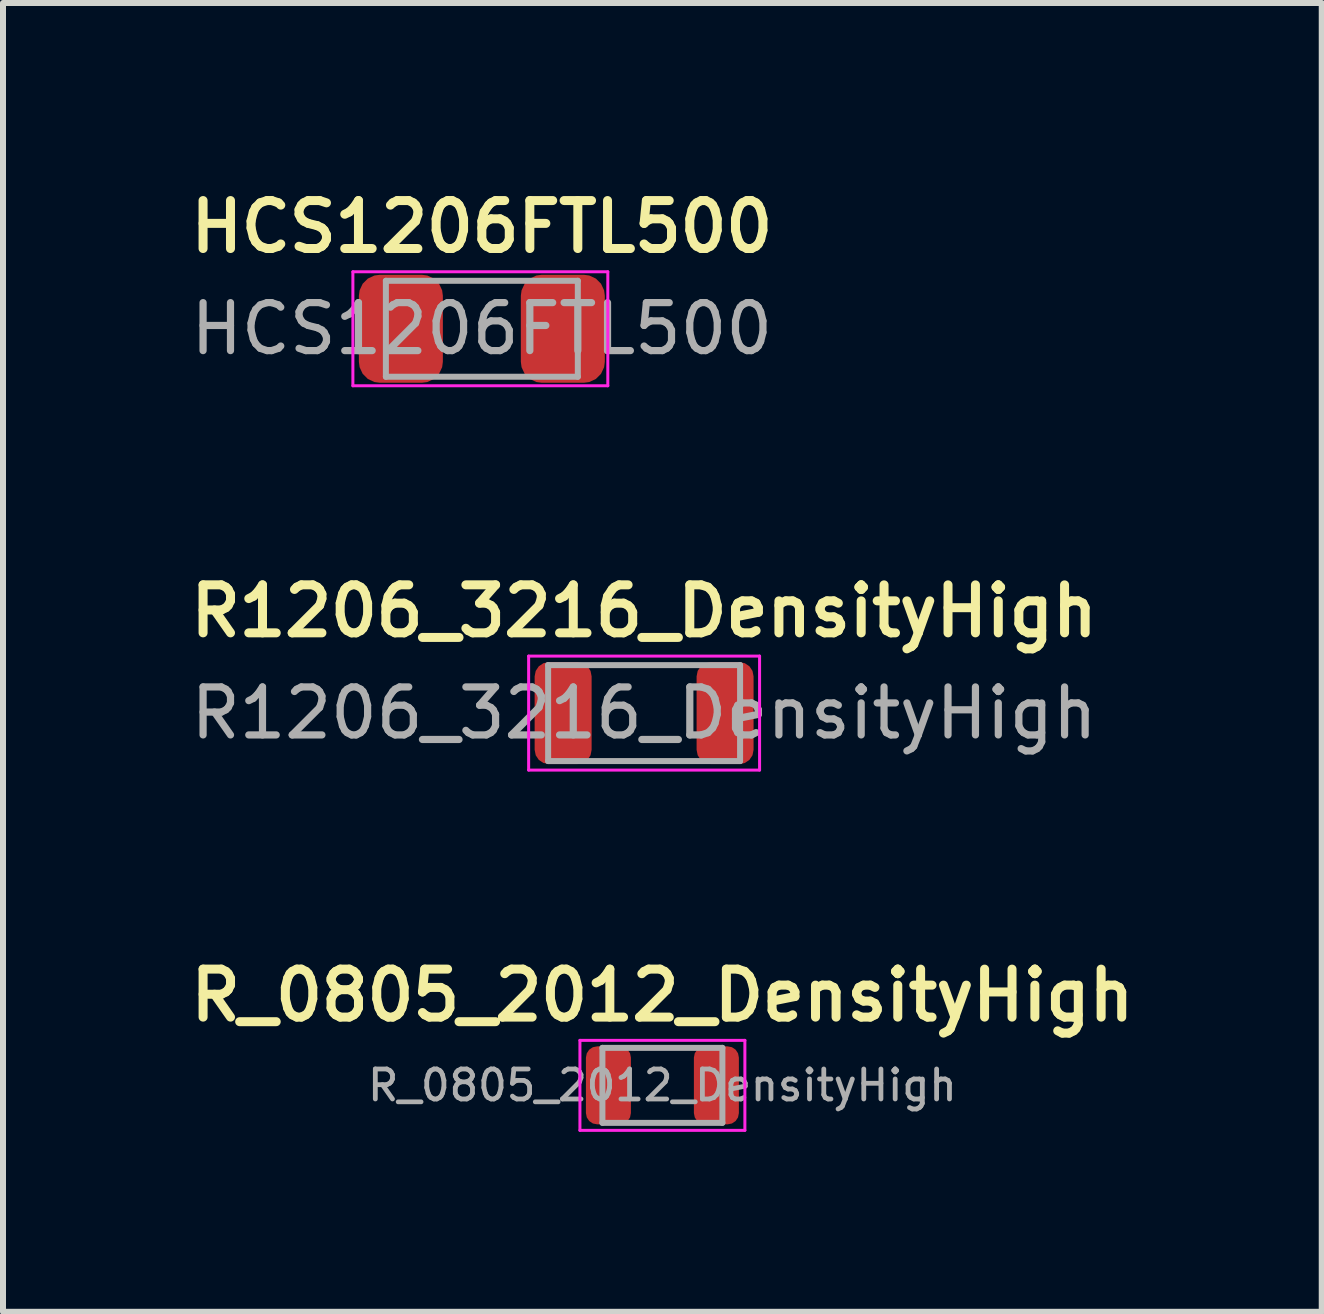
<source format=kicad_pcb>
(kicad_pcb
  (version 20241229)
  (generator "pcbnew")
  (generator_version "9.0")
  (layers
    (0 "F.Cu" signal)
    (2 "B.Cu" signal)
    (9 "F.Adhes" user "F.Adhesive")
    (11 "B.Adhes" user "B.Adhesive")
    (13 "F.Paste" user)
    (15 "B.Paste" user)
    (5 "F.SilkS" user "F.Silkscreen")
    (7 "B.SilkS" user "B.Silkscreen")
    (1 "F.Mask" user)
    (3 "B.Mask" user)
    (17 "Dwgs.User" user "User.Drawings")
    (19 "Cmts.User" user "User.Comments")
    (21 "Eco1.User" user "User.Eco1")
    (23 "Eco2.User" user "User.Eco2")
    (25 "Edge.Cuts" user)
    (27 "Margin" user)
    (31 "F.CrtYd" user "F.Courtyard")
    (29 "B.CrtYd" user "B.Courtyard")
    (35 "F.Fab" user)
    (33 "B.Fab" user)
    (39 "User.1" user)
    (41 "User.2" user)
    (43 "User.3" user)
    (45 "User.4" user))
  (footprint "R_0805_2012_DensityHigh"
    (layer "F.Cu")
    (at 7.993 15.044)
    (property "Reference" "R_0805_2012_DensityHigh" (at 0 -1.5 0) (layer "F.SilkS") (effects (font (size 0.8 0.8) (thickness 0.15))))
    (attr smd)
    (fp_line (start -1.375 -0.75) (end 1.375 -0.75) (stroke (width 0.05) (type solid)) (layer "F.CrtYd"))
    (fp_line (start -1.375 0.75) (end -1.375 -0.75) (stroke (width 0.05) (type solid)) (layer "F.CrtYd"))
    (fp_line (start 1.375 -0.75) (end 1.375 0.75) (stroke (width 0.05) (type solid)) (layer "F.CrtYd"))
    (fp_line (start 1.375 0.75) (end -1.375 0.75) (stroke (width 0.05) (type solid)) (layer "F.CrtYd"))
    (fp_line (start -1 -0.625) (end 1 -0.625) (stroke (width 0.1) (type solid)) (layer "F.Fab"))
    (fp_line (start -1 0.625) (end -1 -0.625) (stroke (width 0.1) (type solid)) (layer "F.Fab"))
    (fp_line (start 1 -0.625) (end 1 0.625) (stroke (width 0.1) (type solid)) (layer "F.Fab"))
    (fp_line (start 1 0.625) (end -1 0.625) (stroke (width 0.1) (type solid)) (layer "F.Fab"))
    (fp_text user "${REFERENCE}" (at 0 0 0) (layer "F.Fab") (effects (font (size 0.5 0.5) (thickness 0.08))))
    (pad "1" smd roundrect (at -0.9 0) (size 0.75 1.3) (layers "F.Cu" "F.Mask" "F.Paste") (roundrect_rratio 0.25))
    (pad "2" smd roundrect (at 0.9 0) (size 0.75 1.3) (layers "F.Cu" "F.Mask" "F.Paste") (roundrect_rratio 0.25)))
  (footprint "R1206_3216_DensityHigh"
    (layer "F.Cu")
    (at 7.688 8.838)
    (property "Reference" "R1206_3216_DensityHigh" (at 0 -1.7 0) (layer "F.SilkS") (effects (font (size 0.8 0.8) (thickness 0.15))))
    (attr smd)
    (fp_line (start -1.925 -0.95) (end 1.925 -0.95) (stroke (width 0.05) (type solid)) (layer "F.CrtYd"))
    (fp_line (start -1.925 0.95) (end -1.925 -0.95) (stroke (width 0.05) (type solid)) (layer "F.CrtYd"))
    (fp_line (start 1.925 -0.95) (end 1.925 0.95) (stroke (width 0.05) (type solid)) (layer "F.CrtYd"))
    (fp_line (start 1.925 0.95) (end -1.925 0.95) (stroke (width 0.05) (type solid)) (layer "F.CrtYd"))
    (fp_line (start -1.6 -0.8) (end 1.6 -0.8) (stroke (width 0.1) (type solid)) (layer "F.Fab"))
    (fp_line (start -1.6 0.8) (end -1.6 -0.8) (stroke (width 0.1) (type solid)) (layer "F.Fab"))
    (fp_line (start 1.6 -0.8) (end 1.6 0.8) (stroke (width 0.1) (type solid)) (layer "F.Fab"))
    (fp_line (start 1.6 0.8) (end -1.6 0.8) (stroke (width 0.1) (type solid)) (layer "F.Fab"))
    (fp_text user "${REFERENCE}" (at 0 0 0) (layer "F.Fab") (effects (font (size 0.8 0.8) (thickness 0.12))))
    (pad "1" smd roundrect (at -1.35 0) (size 0.95 1.7) (layers "F.Cu" "F.Mask" "F.Paste") (roundrect_rratio 0.25))
    (pad "2" smd roundrect (at 1.35 0) (size 0.95 1.7) (layers "F.Cu" "F.Mask" "F.Paste") (roundrect_rratio 0.25)))
  (footprint "HCS1206FTL500"
    (layer "F.Cu")
    (at 4.983 2.431)
    (property "Reference" "HCS1206FTL500" (at 0 -1.7 0) (layer "F.SilkS") (effects (font (size 0.8 0.8) (thickness 0.15))))
    (attr smd)
    (fp_line (start -2.15 -0.95) (end 2.1 -0.95) (stroke (width 0.05) (type solid)) (layer "F.CrtYd"))
    (fp_line (start -2.15 0.95) (end -2.15 -0.95) (stroke (width 0.05) (type solid)) (layer "F.CrtYd"))
    (fp_line (start 2.1 -0.95) (end 2.1 0.95) (stroke (width 0.05) (type solid)) (layer "F.CrtYd"))
    (fp_line (start 2.1 0.95) (end -2.15 0.95) (stroke (width 0.05) (type solid)) (layer "F.CrtYd"))
    (fp_line (start -1.6 -0.8) (end 1.6 -0.8) (stroke (width 0.1) (type solid)) (layer "F.Fab"))
    (fp_line (start -1.6 0.8) (end -1.6 -0.8) (stroke (width 0.1) (type solid)) (layer "F.Fab"))
    (fp_line (start 1.6 -0.8) (end 1.6 0.8) (stroke (width 0.1) (type solid)) (layer "F.Fab"))
    (fp_line (start 1.6 0.8) (end -1.6 0.8) (stroke (width 0.1) (type solid)) (layer "F.Fab"))
    (fp_text user "${REFERENCE}" (at 0 0 0) (layer "F.Fab") (effects (font (size 0.8 0.8) (thickness 0.12))))
    (pad "1" smd roundrect (at -1.35 0) (size 1.4 1.8) (layers "F.Cu" "F.Mask" "F.Paste") (roundrect_rratio 0.25))
    (pad "2" smd roundrect (at 1.35 0) (size 1.4 1.8) (layers "F.Cu" "F.Mask" "F.Paste") (roundrect_rratio 0.25)))
  (gr_rect
    (start -3 -3)
    (end 18.985 18.819)
    (stroke (width 0.1) (type default))
    (fill no)
    (layer "Edge.Cuts")))
</source>
